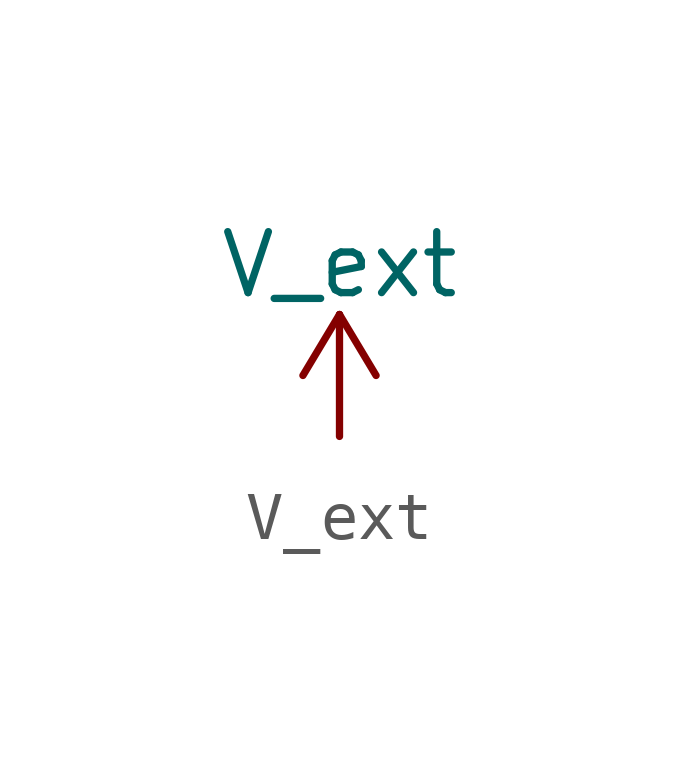
<source format=kicad_sym>
(kicad_symbol_lib
  (version 20241209)
  (generator "kicad_symbol_editor")
  (generator_version "9.0")
  (symbol "V_ext"
    (power)
    (pin_names
      (offset 0))
    (property "Reference" "#PWR0211"
      (at 0 -2.54 0)
      (effects (font (size 1.27 1.27)) (hide yes)))
    (property "Value" "V_ext"
      (at 0 3.576 0)
      (effects (font (size 1.27 1.27))))
    (symbol "V_ext_0_1"
      (polyline (pts (xy -0.762 1.27) (xy 0 2.54)) (stroke (width 0) (type default)) (fill (type none)))
      (polyline (pts (xy 0 2.54) (xy 0.762 1.27)) (stroke (width 0) (type default)) (fill (type none)))
      (polyline (pts (xy 0 0) (xy 0 2.54)) (stroke (width 0) (type default)) (fill (type none))))
    (symbol "V_ext_1_1"
      (pin power_in line (at 0 0 90) (length 0) (hide yes) (name "V_ext" (effects (font (size 1.27 1.27)))) (number "1" (effects (font (size 1.27 1.27))))))))
</source>
